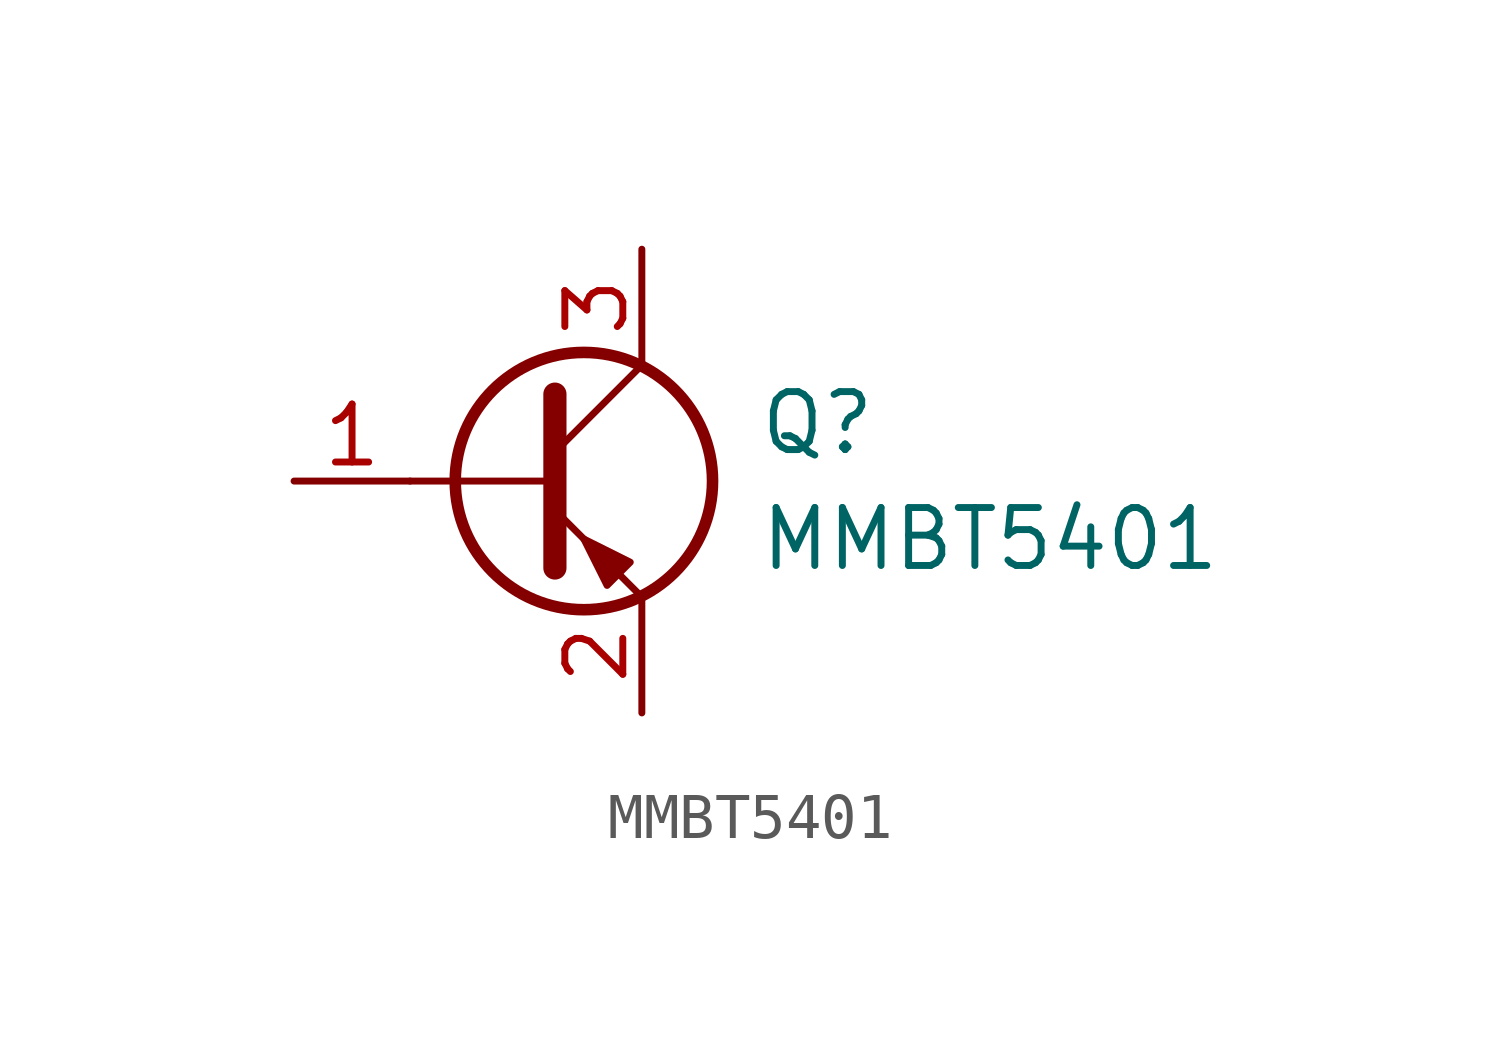
<source format=kicad_sym>
(kicad_symbol_lib
  (version 20220914)
  (generator kicad_symbol_editor)
  (symbol "MMBT5401"
    (pin_names
      (offset 0) hide)
    (property "Reference" "Q"
      (at 5.08 1.27 0)
      (effects (font (size 1.27 1.27)) (justify left)))
    (property "Value" "MMBT5401"
      (at 5.08 -1.27 0)
      (effects (font (size 1.27 1.27)) (justify left)))
    (symbol "MMBT5401_0_1"
      (polyline (pts (xy 0.635 0) (xy -2.54 0)) (stroke (width 0) (type default)) (fill (type none)))
      (polyline (pts (xy 0.635 0.635) (xy 2.54 2.54)) (stroke (width 0) (type default)) (fill (type none)))
      (polyline (pts (xy 0.635 -0.635) (xy 2.54 -2.54) (xy 2.54 -2.54)) (stroke (width 0) (type default)) (fill (type none)))
      (polyline (pts (xy 0.635 1.905) (xy 0.635 -1.905) (xy 0.635 -1.905)) (stroke (width 0.508) (type default)) (fill (type none)))
      (polyline (pts (xy 2.286 -1.778) (xy 1.778 -2.286) (xy 1.27 -1.27) (xy 2.286 -1.778) (xy 2.286 -1.778)) (stroke (width 0) (type default)) (fill (type outline)))
      (circle (center 1.27 0) (radius 2.819) (stroke (width 0.254) (type default)) (fill (type none))))
    (symbol "MMBT5401_1_1"
      (pin input line (at -5.08 0 0) (length 2.54) (name "B1" (effects (font (size 1.27 1.27)))) (number "1" (effects (font (size 1.27 1.27)))))
      (pin passive line (at 2.54 -5.08 90) (length 2.54) (name "E1" (effects (font (size 1.27 1.27)))) (number "2" (effects (font (size 1.27 1.27)))))
      (pin passive line (at 2.54 5.08 270) (length 2.54) (name "C1" (effects (font (size 1.27 1.27)))) (number "3" (effects (font (size 1.27 1.27))))))))
</source>
